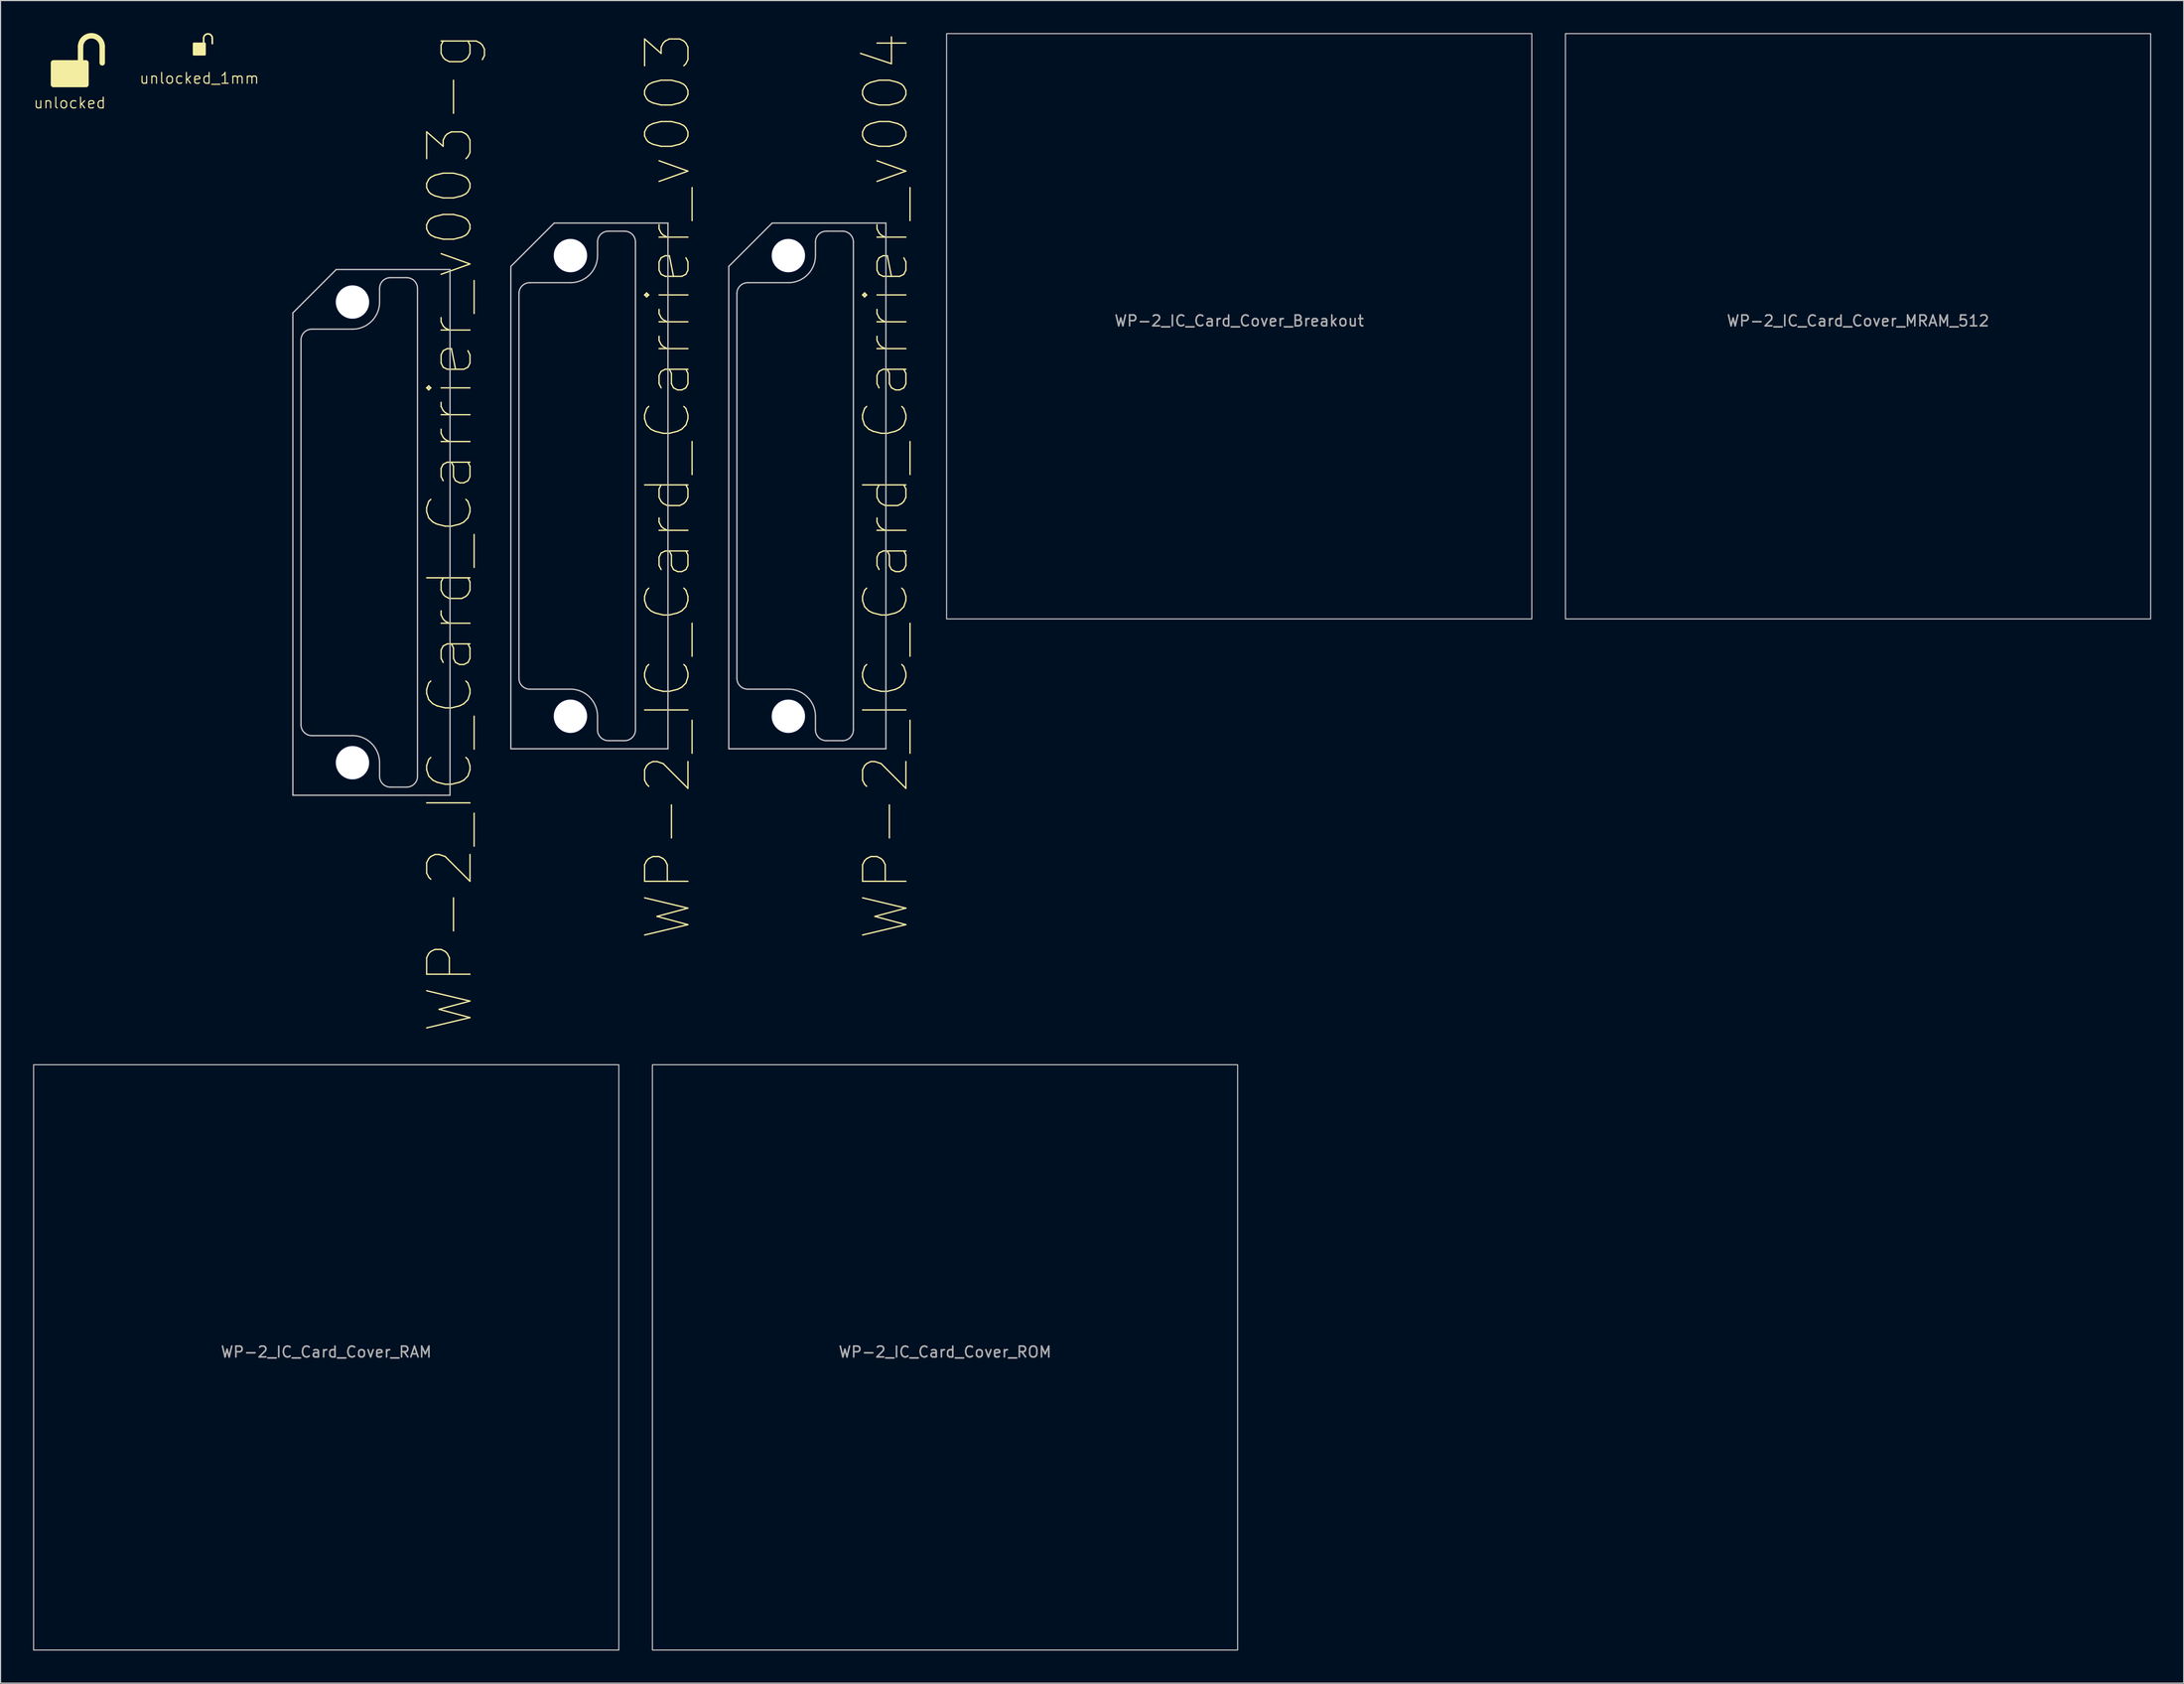
<source format=kicad_pcb>
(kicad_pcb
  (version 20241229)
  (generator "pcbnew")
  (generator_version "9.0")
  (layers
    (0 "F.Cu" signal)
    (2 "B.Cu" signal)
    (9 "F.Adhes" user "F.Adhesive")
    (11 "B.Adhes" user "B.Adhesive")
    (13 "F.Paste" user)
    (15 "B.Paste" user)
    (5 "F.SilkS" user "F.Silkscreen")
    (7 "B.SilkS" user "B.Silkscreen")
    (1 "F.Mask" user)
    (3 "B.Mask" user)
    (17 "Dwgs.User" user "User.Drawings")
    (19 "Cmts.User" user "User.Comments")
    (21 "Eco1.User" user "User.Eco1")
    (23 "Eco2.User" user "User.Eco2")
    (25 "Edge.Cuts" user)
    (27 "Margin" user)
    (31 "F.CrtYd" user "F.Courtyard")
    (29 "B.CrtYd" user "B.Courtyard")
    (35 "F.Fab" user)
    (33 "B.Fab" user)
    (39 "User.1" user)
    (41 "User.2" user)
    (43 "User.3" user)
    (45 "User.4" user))
  (footprint "WP-2_IC_Card_Cover_RAM"
    (layer "F.Cu")
    (at 27.05 122.181)
    (property "Reference" "WP-2_IC_Card_Cover_RAM" (at 0 -0.5 0) (unlocked yes) (layer "F.Fab") (effects (font (size 1 1) (thickness 0.15))))
    (attr board_only exclude_from_pos_files exclude_from_bom)
    (fp_rect (start -27 -27) (end 27 27) (stroke (width 0.1) (type solid)) (fill no) (layer "Dwgs.User")))
  (footprint "WP-2_IC_Card_Cover_Breakout"
    (layer "F.Cu")
    (at 111.296 27.05)
    (property "Reference" "WP-2_IC_Card_Cover_Breakout" (at 0 -0.5 0) (unlocked yes) (layer "F.Fab") (effects (font (size 1 1) (thickness 0.15))))
    (attr board_only exclude_from_pos_files exclude_from_bom)
    (fp_rect (start -27 -27) (end 27 27) (stroke (width 0.1) (type solid)) (fill no) (layer "Dwgs.User")))
  (footprint "WP-2_IC_Card_Carrier_v003-g"
    (layer "F.Cu")
    (at 38.474 46.066)
    (property "Reference" "WP-2_IC_Card_Carrier_v003-g" (at 0 0 270) (layer "F.SilkS") (effects (font (size 4 4) (thickness 0.12))))
    (attr exclude_from_pos_files exclude_from_bom)
    (fp_line (start -14.5 -20.25) (end -10.5 -24.25) (stroke (width 0.12) (type solid)) (layer "Dwgs.User"))
    (fp_line (start -14.5 24.25) (end -14.5 -20.25) (stroke (width 0.12) (type solid)) (layer "Dwgs.User"))
    (fp_line (start -13.75 -17.75) (end -13.75 17.75) (stroke (width 0.12) (type solid)) (layer "Dwgs.User"))
    (fp_line (start -12.75 -18.75) (end -9 -18.75) (stroke (width 0.12) (type solid)) (layer "Dwgs.User"))
    (fp_line (start -10.5 -24.25) (end 0 -24.25) (stroke (width 0.12) (type solid)) (layer "Dwgs.User"))
    (fp_line (start -9 18.75) (end -12.75 18.75) (stroke (width 0.12) (type solid)) (layer "Dwgs.User"))
    (fp_line (start -6.5 -22.5) (end -6.5 -21.25) (stroke (width 0.12) (type solid)) (layer "Dwgs.User"))
    (fp_line (start -6.5 22.5) (end -6.5 21.25) (stroke (width 0.12) (type solid)) (layer "Dwgs.User"))
    (fp_line (start -5.5 23.5) (end -4 23.5) (stroke (width 0.12) (type solid)) (layer "Dwgs.User"))
    (fp_line (start -4 -23.5) (end -5.5 -23.5) (stroke (width 0.12) (type solid)) (layer "Dwgs.User"))
    (fp_line (start -3 22.5) (end -3 -22.5) (stroke (width 0.12) (type solid)) (layer "Dwgs.User"))
    (fp_line (start 0 24.25) (end -14.5 24.25) (stroke (width 0.12) (type solid)) (layer "Dwgs.User"))
    (fp_line (start 0 24.25) (end 0 -24.25) (stroke (width 0.12) (type solid)) (layer "Dwgs.User"))
    (fp_arc (start -13.75 -17.75) (mid -13.457107 -18.457107) (end -12.75 -18.75) (stroke (width 0.12) (type solid)) (layer "Dwgs.User"))
    (fp_arc (start -12.75 18.75) (mid -13.457107 18.457107) (end -13.75 17.75) (stroke (width 0.12) (type solid)) (layer "Dwgs.User"))
    (fp_arc (start -9 18.75) (mid -7.232233 19.482233) (end -6.5 21.25) (stroke (width 0.12) (type solid)) (layer "Dwgs.User"))
    (fp_arc (start -6.5 -22.5) (mid -6.207107 -23.207107) (end -5.5 -23.5) (stroke (width 0.12) (type solid)) (layer "Dwgs.User"))
    (fp_arc (start -6.5 -21.25) (mid -7.232233 -19.482233) (end -9 -18.75) (stroke (width 0.12) (type solid)) (layer "Dwgs.User"))
    (fp_arc (start -5.5 23.5) (mid -6.207107 23.207107) (end -6.5 22.5) (stroke (width 0.12) (type solid)) (layer "Dwgs.User"))
    (fp_arc (start -4 -23.5) (mid -3.292893 -23.207107) (end -3 -22.5) (stroke (width 0.12) (type solid)) (layer "Dwgs.User"))
    (fp_arc (start -3 22.5) (mid -3.292893 23.207107) (end -4 23.5) (stroke (width 0.12) (type solid)) (layer "Dwgs.User"))
    (pad "" np_thru_hole circle (at -9 -21.25 180) (size 3.1 3.1) (drill 3.05) (layers "*.Cu" "*.Mask"))
    (pad "" np_thru_hole circle (at -9 21.25 180) (size 3.1 3.1) (drill 3.05) (layers "*.Cu" "*.Mask")))
  (footprint "WP-2_IC_Card_Carrier_v004"
    (layer "F.Cu")
    (at 78.695 41.78)
    (property "Reference" "WP-2_IC_Card_Carrier_v004" (at 0 0 270) (layer "F.SilkS") (effects (font (size 4 4) (thickness 0.12))))
    (attr exclude_from_pos_files exclude_from_bom)
    (fp_line (start -14.5 -20.25) (end -10.5 -24.25) (stroke (width 0.12) (type solid)) (layer "Dwgs.User"))
    (fp_line (start -14.5 24.25) (end -14.5 -20.25) (stroke (width 0.12) (type solid)) (layer "Dwgs.User"))
    (fp_line (start -13.75 -17.75) (end -13.75 17.75) (stroke (width 0.12) (type solid)) (layer "Dwgs.User"))
    (fp_line (start -12.75 -18.75) (end -9 -18.75) (stroke (width 0.12) (type solid)) (layer "Dwgs.User"))
    (fp_line (start -10.5 -24.25) (end 0 -24.25) (stroke (width 0.12) (type solid)) (layer "Dwgs.User"))
    (fp_line (start -9 18.75) (end -12.75 18.75) (stroke (width 0.12) (type solid)) (layer "Dwgs.User"))
    (fp_line (start -6.5 -22.5) (end -6.5 -21.25) (stroke (width 0.12) (type solid)) (layer "Dwgs.User"))
    (fp_line (start -6.5 22.5) (end -6.5 21.25) (stroke (width 0.12) (type solid)) (layer "Dwgs.User"))
    (fp_line (start -5.5 23.5) (end -4 23.5) (stroke (width 0.12) (type solid)) (layer "Dwgs.User"))
    (fp_line (start -4 -23.5) (end -5.5 -23.5) (stroke (width 0.12) (type solid)) (layer "Dwgs.User"))
    (fp_line (start -3 22.5) (end -3 -22.5) (stroke (width 0.12) (type solid)) (layer "Dwgs.User"))
    (fp_line (start 0 24.25) (end -14.5 24.25) (stroke (width 0.12) (type solid)) (layer "Dwgs.User"))
    (fp_line (start 0 24.25) (end 0 -24.25) (stroke (width 0.12) (type solid)) (layer "Dwgs.User"))
    (fp_arc (start -13.75 -17.75) (mid -13.457107 -18.457107) (end -12.75 -18.75) (stroke (width 0.12) (type solid)) (layer "Dwgs.User"))
    (fp_arc (start -12.75 18.75) (mid -13.457107 18.457107) (end -13.75 17.75) (stroke (width 0.12) (type solid)) (layer "Dwgs.User"))
    (fp_arc (start -9 18.75) (mid -7.232233 19.482233) (end -6.5 21.25) (stroke (width 0.12) (type solid)) (layer "Dwgs.User"))
    (fp_arc (start -6.5 -22.5) (mid -6.207107 -23.207107) (end -5.5 -23.5) (stroke (width 0.12) (type solid)) (layer "Dwgs.User"))
    (fp_arc (start -6.5 -21.25) (mid -7.232233 -19.482233) (end -9 -18.75) (stroke (width 0.12) (type solid)) (layer "Dwgs.User"))
    (fp_arc (start -5.5 23.5) (mid -6.207107 23.207107) (end -6.5 22.5) (stroke (width 0.12) (type solid)) (layer "Dwgs.User"))
    (fp_arc (start -4 -23.5) (mid -3.292893 -23.207107) (end -3 -22.5) (stroke (width 0.12) (type solid)) (layer "Dwgs.User"))
    (fp_arc (start -3 22.5) (mid -3.292893 23.207107) (end -4 23.5) (stroke (width 0.12) (type solid)) (layer "Dwgs.User"))
    (pad "" np_thru_hole circle (at -9 -21.25 180) (size 3.1 3.1) (drill 3.05) (layers "*.Cu" "*.Mask"))
    (pad "" np_thru_hole circle (at -9 21.25 180) (size 3.1 3.1) (drill 3.05) (layers "*.Cu" "*.Mask")))
  (footprint "unlocked_1mm"
    (layer "F.Cu")
    (at 15.34 1.475)
    (property "Reference" "unlocked_1mm" (at 0 2.7 0) (layer "F.SilkS") (effects (font (size 1 1) (thickness 0.1))))
    (attr exclude_from_pos_files exclude_from_bom)
    (fp_line (start 0.4 -1) (end 0.4 -0.5) (stroke (width 0.15) (type solid)) (layer "F.SilkS"))
    (fp_line (start 1.2 -1) (end 1.2 -0.5) (stroke (width 0.15) (type solid)) (layer "F.SilkS"))
    (fp_arc (start 0.4 -1) (mid 0.8 -1.4) (end 1.2 -1) (stroke (width 0.15) (type solid)) (layer "F.SilkS"))
    (fp_poly (pts (xy 0.5 0.5) (xy -0.5 0.5) (xy -0.5 -0.5) (xy 0.5 -0.5)) (stroke (width 0.2) (type solid)) (fill yes) (layer "F.SilkS")))
  (footprint "WP-2_IC_Card_Cover_MRAM_512"
    (layer "F.Cu")
    (at 168.396 27.05)
    (property "Reference" "WP-2_IC_Card_Cover_MRAM_512" (at 0 -0.5 0) (unlocked yes) (layer "F.Fab") (effects (font (size 1 1) (thickness 0.15))))
    (attr board_only exclude_from_pos_files exclude_from_bom)
    (fp_rect (start -27 -27) (end 27 27) (stroke (width 0.1) (type solid)) (fill no) (layer "Dwgs.User")))
  (footprint "WP-2_IC_Card_Cover_ROM"
    (layer "F.Cu")
    (at 84.15 122.181)
    (property "Reference" "WP-2_IC_Card_Cover_ROM" (at 0 -0.5 0) (unlocked yes) (layer "F.Fab") (effects (font (size 1 1) (thickness 0.15))))
    (attr board_only exclude_from_pos_files exclude_from_bom)
    (fp_rect (start -27 -27) (end 27 27) (stroke (width 0.1) (type solid)) (fill no) (layer "Dwgs.User")))
  (footprint "unlocked"
    (layer "F.Cu")
    (at 3.383 3.75)
    (property "Reference" "unlocked" (at 0 2.7 0) (layer "F.SilkS") (effects (font (size 1 1) (thickness 0.1))))
    (attr exclude_from_pos_files exclude_from_bom)
    (fp_line (start 1 -2.5) (end 1 -1) (stroke (width 0.5) (type solid)) (layer "F.SilkS"))
    (fp_line (start 3 -2.5) (end 3 -1) (stroke (width 0.5) (type solid)) (layer "F.SilkS"))
    (fp_arc (start 1 -2.5) (mid 2 -3.5) (end 3 -2.5) (stroke (width 0.5) (type solid)) (layer "F.SilkS"))
    (fp_poly (pts (xy 1.5 1) (xy -1.5 1) (xy -1.5 -1) (xy 1.5 -1)) (stroke (width 0.5) (type solid)) (fill yes) (layer "F.SilkS")))
  (footprint "WP-2_IC_Card_Carrier_v003"
    (layer "F.Cu")
    (at 58.585 41.78)
    (property "Reference" "WP-2_IC_Card_Carrier_v003" (at 0 0 270) (layer "F.SilkS") (effects (font (size 4 4) (thickness 0.12))))
    (attr exclude_from_pos_files exclude_from_bom)
    (fp_line (start -14.5 -20.25) (end -10.5 -24.25) (stroke (width 0.12) (type solid)) (layer "Dwgs.User"))
    (fp_line (start -14.5 24.25) (end -14.5 -20.25) (stroke (width 0.12) (type solid)) (layer "Dwgs.User"))
    (fp_line (start -13.75 -17.75) (end -13.75 17.75) (stroke (width 0.12) (type solid)) (layer "Dwgs.User"))
    (fp_line (start -12.75 -18.75) (end -9 -18.75) (stroke (width 0.12) (type solid)) (layer "Dwgs.User"))
    (fp_line (start -10.5 -24.25) (end 0 -24.25) (stroke (width 0.12) (type solid)) (layer "Dwgs.User"))
    (fp_line (start -9 18.75) (end -12.75 18.75) (stroke (width 0.12) (type solid)) (layer "Dwgs.User"))
    (fp_line (start -6.5 -22.5) (end -6.5 -21.25) (stroke (width 0.12) (type solid)) (layer "Dwgs.User"))
    (fp_line (start -6.5 22.5) (end -6.5 21.25) (stroke (width 0.12) (type solid)) (layer "Dwgs.User"))
    (fp_line (start -5.5 23.5) (end -4 23.5) (stroke (width 0.12) (type solid)) (layer "Dwgs.User"))
    (fp_line (start -4 -23.5) (end -5.5 -23.5) (stroke (width 0.12) (type solid)) (layer "Dwgs.User"))
    (fp_line (start -3 22.5) (end -3 -22.5) (stroke (width 0.12) (type solid)) (layer "Dwgs.User"))
    (fp_line (start 0 24.25) (end -14.5 24.25) (stroke (width 0.12) (type solid)) (layer "Dwgs.User"))
    (fp_line (start 0 24.25) (end 0 -24.25) (stroke (width 0.12) (type solid)) (layer "Dwgs.User"))
    (fp_arc (start -13.75 -17.75) (mid -13.457107 -18.457107) (end -12.75 -18.75) (stroke (width 0.12) (type solid)) (layer "Dwgs.User"))
    (fp_arc (start -12.75 18.75) (mid -13.457107 18.457107) (end -13.75 17.75) (stroke (width 0.12) (type solid)) (layer "Dwgs.User"))
    (fp_arc (start -9 18.75) (mid -7.232233 19.482233) (end -6.5 21.25) (stroke (width 0.12) (type solid)) (layer "Dwgs.User"))
    (fp_arc (start -6.5 -22.5) (mid -6.207107 -23.207107) (end -5.5 -23.5) (stroke (width 0.12) (type solid)) (layer "Dwgs.User"))
    (fp_arc (start -6.5 -21.25) (mid -7.232233 -19.482233) (end -9 -18.75) (stroke (width 0.12) (type solid)) (layer "Dwgs.User"))
    (fp_arc (start -5.5 23.5) (mid -6.207107 23.207107) (end -6.5 22.5) (stroke (width 0.12) (type solid)) (layer "Dwgs.User"))
    (fp_arc (start -4 -23.5) (mid -3.292893 -23.207107) (end -3 -22.5) (stroke (width 0.12) (type solid)) (layer "Dwgs.User"))
    (fp_arc (start -3 22.5) (mid -3.292893 23.207107) (end -4 23.5) (stroke (width 0.12) (type solid)) (layer "Dwgs.User"))
    (pad "" np_thru_hole circle (at -9 -21.25 180) (size 3.1 3.1) (drill 3.05) (layers "*.Cu" "*.Mask"))
    (pad "" np_thru_hole circle (at -9 21.25 180) (size 3.1 3.1) (drill 3.05) (layers "*.Cu" "*.Mask")))
  (gr_rect
    (start -3 -3)
    (end 198.446 152.231)
    (stroke (width 0.1) (type default))
    (fill no)
    (layer "Edge.Cuts")))
</source>
